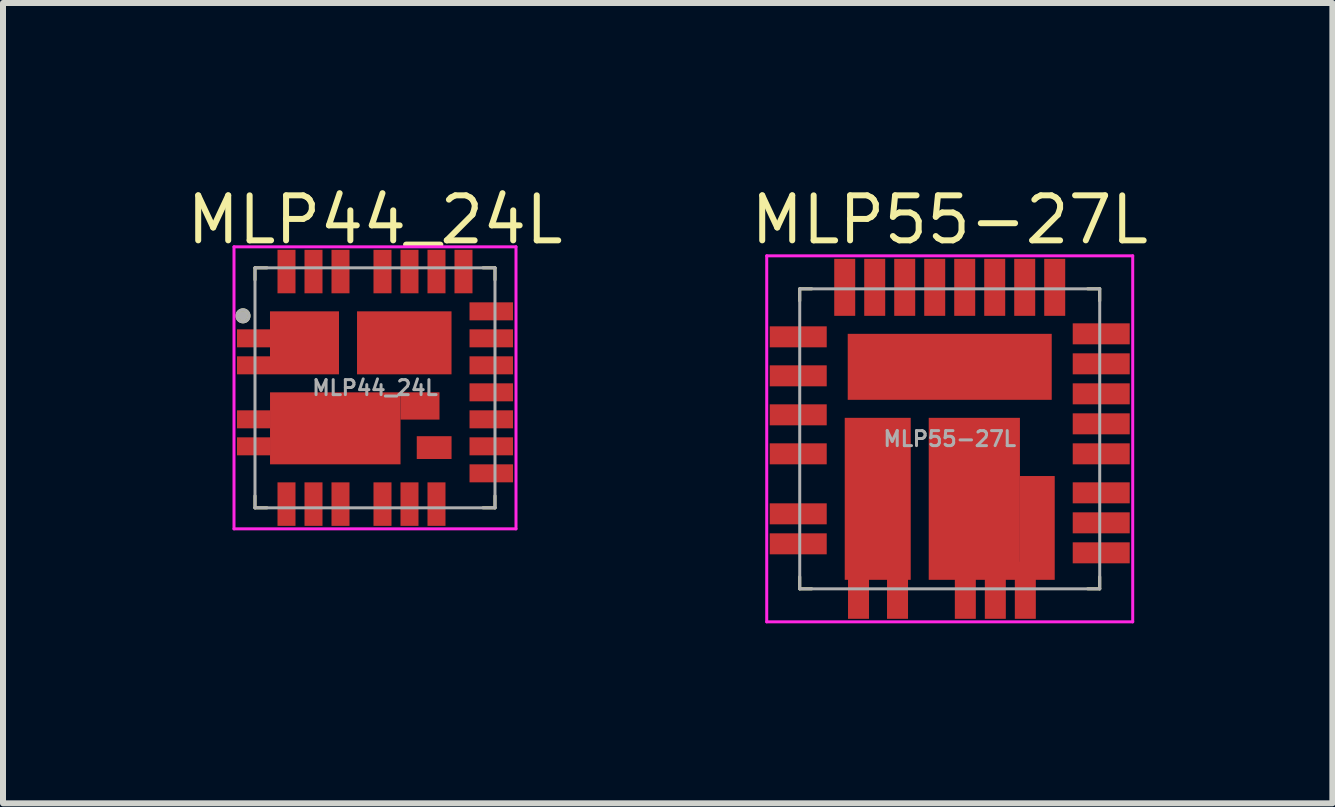
<source format=kicad_pcb>
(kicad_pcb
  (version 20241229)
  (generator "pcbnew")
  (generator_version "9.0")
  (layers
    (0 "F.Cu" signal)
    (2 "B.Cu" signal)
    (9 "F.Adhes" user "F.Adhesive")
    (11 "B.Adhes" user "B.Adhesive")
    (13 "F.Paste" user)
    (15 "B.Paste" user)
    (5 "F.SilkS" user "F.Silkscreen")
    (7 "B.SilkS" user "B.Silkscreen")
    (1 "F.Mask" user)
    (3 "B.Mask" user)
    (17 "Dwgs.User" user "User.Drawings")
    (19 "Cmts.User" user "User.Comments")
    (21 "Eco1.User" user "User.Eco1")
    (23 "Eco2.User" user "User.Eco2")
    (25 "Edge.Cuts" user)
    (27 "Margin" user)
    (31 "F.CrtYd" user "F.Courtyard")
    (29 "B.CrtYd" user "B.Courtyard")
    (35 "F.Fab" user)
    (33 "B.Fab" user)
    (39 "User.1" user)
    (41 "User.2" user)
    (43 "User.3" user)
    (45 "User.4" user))
  (footprint "MLP44_24L"
    (layer "F.Cu")
    (at 3.2 3.414)
    (property "Reference" "MLP44_24L" (at 0 -2.8 0) (unlocked yes) (layer "F.SilkS") (effects (font (size 0.75 0.75) (thickness 0.1))))
    (attr smd)
    (fp_line (start -2 -2) (end -2 -1.8) (stroke (width 0.05) (type solid)) (layer "F.SilkS"))
    (fp_line (start -2 -2) (end -1.8 -2) (stroke (width 0.05) (type solid)) (layer "F.SilkS"))
    (fp_line (start -2 2) (end -2 1.8) (stroke (width 0.05) (type solid)) (layer "F.SilkS"))
    (fp_line (start -2 2) (end -1.8 2) (stroke (width 0.05) (type solid)) (layer "F.SilkS"))
    (fp_line (start 2 -2) (end 1.8 -2) (stroke (width 0.05) (type solid)) (layer "F.SilkS"))
    (fp_line (start 2 -2) (end 2 -1.8) (stroke (width 0.05) (type solid)) (layer "F.SilkS"))
    (fp_line (start 2 2) (end 1.8 2) (stroke (width 0.05) (type solid)) (layer "F.SilkS"))
    (fp_line (start 2 2) (end 2 1.8) (stroke (width 0.05) (type solid)) (layer "F.SilkS"))
    (fp_circle (center -2.2 -1.2) (end -2.2 -1.2) (stroke (width 0.05) (type solid)) (fill no) (layer "F.SilkS"))
    (fp_circle (center -2.2 -1.2) (end -2.15 -1.2) (stroke (width 0.05) (type solid)) (fill no) (layer "F.SilkS"))
    (fp_circle (center -2.2 -1.2) (end -2.1 -1.2) (stroke (width 0.05) (type solid)) (fill no) (layer "F.SilkS"))
    (fp_line (start -2.35 -2.35) (end 2.35 -2.35) (stroke (width 0.05) (type solid)) (layer "F.CrtYd"))
    (fp_line (start -2.35 2.35) (end -2.35 -2.35) (stroke (width 0.05) (type solid)) (layer "F.CrtYd"))
    (fp_line (start 2.35 -2.35) (end 2.35 2.35) (stroke (width 0.05) (type solid)) (layer "F.CrtYd"))
    (fp_line (start 2.35 2.35) (end -2.35 2.35) (stroke (width 0.05) (type solid)) (layer "F.CrtYd"))
    (fp_line (start -2 -2) (end 2 -2) (stroke (width 0.05) (type solid)) (layer "F.Fab"))
    (fp_line (start -2 2) (end -2 -2) (stroke (width 0.05) (type solid)) (layer "F.Fab"))
    (fp_line (start -2 2) (end 2 2) (stroke (width 0.05) (type solid)) (layer "F.Fab"))
    (fp_line (start 2 -2) (end 2 2) (stroke (width 0.05) (type solid)) (layer "F.Fab"))
    (fp_circle (center -2.2 -1.2) (end -2.2 -1.2) (stroke (width 0.05) (type solid)) (fill no) (layer "F.Fab"))
    (fp_circle (center -2.2 -1.2) (end -2.15 -1.2) (stroke (width 0.05) (type solid)) (fill no) (layer "F.Fab"))
    (fp_circle (center -2.2 -1.2) (end -2.1 -1.2) (stroke (width 0.05) (type solid)) (fill no) (layer "F.Fab"))
    (fp_text user "${REFERENCE}" (at 0 0 0) (unlocked yes) (layer "F.Fab") (effects (font (size 0.25 0.25) (thickness 0.05))))
    (pad "1" smd rect (at -2.025 -0.825) (size 0.55 0.3) (layers "F.Cu" "F.Mask" "F.Paste"))
    (pad "2" smd rect (at -2.025 -0.375) (size 0.55 0.3) (layers "F.Cu" "F.Mask" "F.Paste"))
    (pad "3" smd rect (at -2.025 0.525) (size 0.55 0.3) (layers "F.Cu" "F.Mask" "F.Paste"))
    (pad "4" smd rect (at -2.025 0.975) (size 0.55 0.3) (layers "F.Cu" "F.Mask" "F.Paste"))
    (pad "5" smd rect (at -1.475 1.938) (size 0.3 0.725) (layers "F.Cu" "F.Mask" "F.Paste"))
    (pad "6" smd rect (at -1.025 1.938) (size 0.3 0.725) (layers "F.Cu" "F.Mask" "F.Paste"))
    (pad "7" smd rect (at -0.575 1.938) (size 0.3 0.725) (layers "F.Cu" "F.Mask" "F.Paste"))
    (pad "8" smd rect (at 0.125 1.938) (size 0.3 0.725) (layers "F.Cu" "F.Mask" "F.Paste"))
    (pad "9" smd rect (at 0.575 1.938) (size 0.3 0.725) (layers "F.Cu" "F.Mask" "F.Paste"))
    (pad "10" smd rect (at 1.025 1.938) (size 0.3 0.725) (layers "F.Cu" "F.Mask" "F.Paste"))
    (pad "11" smd rect (at 1.938 1.425 90) (size 0.3 0.725) (layers "F.Cu" "F.Mask" "F.Paste"))
    (pad "12" smd rect (at 1.938 0.975 90) (size 0.3 0.725) (layers "F.Cu" "F.Mask" "F.Paste"))
    (pad "13" smd rect (at 1.938 0.525 90) (size 0.3 0.725) (layers "F.Cu" "F.Mask" "F.Paste"))
    (pad "14" smd rect (at 1.938 0.075 90) (size 0.3 0.725) (layers "F.Cu" "F.Mask" "F.Paste"))
    (pad "15" smd rect (at 1.938 -0.375 90) (size 0.3 0.725) (layers "F.Cu" "F.Mask" "F.Paste"))
    (pad "16" smd rect (at 1.938 -0.825 90) (size 0.3 0.725) (layers "F.Cu" "F.Mask" "F.Paste"))
    (pad "17" smd rect (at 1.938 -1.275 90) (size 0.3 0.725) (layers "F.Cu" "F.Mask" "F.Paste"))
    (pad "18" smd rect (at 1.475 -1.938) (size 0.3 0.725) (layers "F.Cu" "F.Mask" "F.Paste"))
    (pad "19" smd rect (at 1.025 -1.938) (size 0.3 0.725) (layers "F.Cu" "F.Mask" "F.Paste"))
    (pad "20" smd rect (at 0.575 -1.938) (size 0.3 0.725) (layers "F.Cu" "F.Mask" "F.Paste"))
    (pad "21" smd rect (at 0.125 -1.938) (size 0.3 0.725) (layers "F.Cu" "F.Mask" "F.Paste"))
    (pad "22" smd rect (at -0.575 -1.938) (size 0.3 0.725) (layers "F.Cu" "F.Mask" "F.Paste"))
    (pad "23" smd rect (at -1.025 -1.938) (size 0.3 0.725) (layers "F.Cu" "F.Mask" "F.Paste"))
    (pad "24" smd rect (at -1.475 -1.938) (size 0.3 0.725) (layers "F.Cu" "F.Mask" "F.Paste"))
    (pad "25" smd rect (at 0.488 -0.75) (size 1.575 1.05) (layers "F.Cu" "F.Mask" "F.Paste"))
    (pad "26" smd rect (at -1.175 -0.75) (size 1.15 1.05) (layers "F.Cu" "F.Mask" "F.Paste"))
    (pad "27" smd rect (at -0.662 0.675) (size 2.175 1.2) (layers "F.Cu" "F.Mask" "F.Paste"))
    (pad "27" smd rect (at 0.75 0.302) (size 0.65 0.455) (layers "F.Cu" "F.Mask" "F.Paste"))
    (pad "28" smd rect (at 0.986 0.996) (size 0.58 0.38) (layers "F.Cu" "F.Mask" "F.Paste")))
  (footprint "MLP55-27L"
    (layer "F.Cu")
    (at 12.779 4.264)
    (property "Reference" "MLP55-27L" (at 0 -3.65 0) (unlocked yes) (layer "F.SilkS") (effects (font (size 0.75 0.75) (thickness 0.1))))
    (attr smd)
    (fp_line (start -2.5 -2.5) (end -2.5 -2.3) (stroke (width 0.05) (type solid)) (layer "F.SilkS"))
    (fp_line (start -2.5 -2.5) (end -2.3 -2.5) (stroke (width 0.05) (type solid)) (layer "F.SilkS"))
    (fp_line (start -2.5 2.5) (end -2.5 2.3) (stroke (width 0.05) (type solid)) (layer "F.SilkS"))
    (fp_line (start -2.5 2.5) (end -2.3 2.5) (stroke (width 0.05) (type solid)) (layer "F.SilkS"))
    (fp_line (start 2.5 -2.5) (end 2.3 -2.5) (stroke (width 0.05) (type solid)) (layer "F.SilkS"))
    (fp_line (start 2.5 -2.5) (end 2.5 -2.3) (stroke (width 0.05) (type solid)) (layer "F.SilkS"))
    (fp_line (start 2.5 2.5) (end 2.3 2.5) (stroke (width 0.05) (type solid)) (layer "F.SilkS"))
    (fp_line (start 2.5 2.5) (end 2.5 2.3) (stroke (width 0.05) (type solid)) (layer "F.SilkS"))
    (fp_line (start -3.05 -3.05) (end 3.05 -3.05) (stroke (width 0.05) (type solid)) (layer "F.CrtYd"))
    (fp_line (start -3.05 3.05) (end -3.05 -3.05) (stroke (width 0.05) (type solid)) (layer "F.CrtYd"))
    (fp_line (start 3.05 -3.05) (end 3.05 3.05) (stroke (width 0.05) (type solid)) (layer "F.CrtYd"))
    (fp_line (start 3.05 3.05) (end -3.05 3.05) (stroke (width 0.05) (type solid)) (layer "F.CrtYd"))
    (fp_line (start -2.5 -2.5) (end 2.5 -2.5) (stroke (width 0.05) (type solid)) (layer "F.Fab"))
    (fp_line (start -2.5 2.5) (end -2.5 -2.5) (stroke (width 0.05) (type solid)) (layer "F.Fab"))
    (fp_line (start -2.5 2.5) (end 2.5 2.5) (stroke (width 0.05) (type solid)) (layer "F.Fab"))
    (fp_line (start 2.5 -2.5) (end 2.5 2.5) (stroke (width 0.05) (type solid)) (layer "F.Fab"))
    (fp_text user "${REFERENCE}" (at 0 0 0) (unlocked yes) (layer "F.Fab") (effects (font (size 0.25 0.25) (thickness 0.05))))
    (pad "1" smd rect (at -2.525 -1.7) (size 0.95 0.35) (layers "F.Cu" "F.Mask" "F.Paste"))
    (pad "2" smd rect (at -2.525 -1.05) (size 0.95 0.35) (layers "F.Cu" "F.Mask" "F.Paste"))
    (pad "3" smd rect (at -2.525 -0.4) (size 0.95 0.35) (layers "F.Cu" "F.Mask" "F.Paste"))
    (pad "4" smd rect (at -2.525 0.25) (size 0.95 0.35) (layers "F.Cu" "F.Mask" "F.Paste"))
    (pad "5" smd rect (at -2.525 1.25) (size 0.95 0.35) (layers "F.Cu" "F.Mask" "F.Paste"))
    (pad "6" smd rect (at -2.525 1.75) (size 0.95 0.35) (layers "F.Cu" "F.Mask" "F.Paste"))
    (pad "7" smd rect (at -1.52 2.525) (size 0.35 0.95) (layers "F.Cu" "F.Mask" "F.Paste"))
    (pad "8" smd rect (at -0.87 2.525) (size 0.35 0.95) (layers "F.Cu" "F.Mask" "F.Paste"))
    (pad "9" smd rect (at 0.26 2.525) (size 0.35 0.95) (layers "F.Cu" "F.Mask" "F.Paste"))
    (pad "10" smd rect (at 0.76 2.525) (size 0.35 0.95) (layers "F.Cu" "F.Mask" "F.Paste"))
    (pad "11" smd rect (at 1.26 2.525) (size 0.35 0.95) (layers "F.Cu" "F.Mask" "F.Paste"))
    (pad "12" smd rect (at 2.525 1.9) (size 0.95 0.35) (layers "F.Cu" "F.Mask" "F.Paste"))
    (pad "13" smd rect (at 2.525 1.4) (size 0.95 0.35) (layers "F.Cu" "F.Mask" "F.Paste"))
    (pad "14" smd rect (at 2.525 0.9) (size 0.95 0.35) (layers "F.Cu" "F.Mask" "F.Paste"))
    (pad "15" smd rect (at 2.525 0.25) (size 0.95 0.35) (layers "F.Cu" "F.Mask" "F.Paste"))
    (pad "16" smd rect (at 2.525 -0.25) (size 0.95 0.35) (layers "F.Cu" "F.Mask" "F.Paste"))
    (pad "17" smd rect (at 2.525 -0.75) (size 0.95 0.35) (layers "F.Cu" "F.Mask" "F.Paste"))
    (pad "18" smd rect (at 2.525 -1.25) (size 0.95 0.35) (layers "F.Cu" "F.Mask" "F.Paste"))
    (pad "19" smd rect (at 2.525 -1.75) (size 0.95 0.35) (layers "F.Cu" "F.Mask" "F.Paste"))
    (pad "20" smd rect (at 1.75 -2.525) (size 0.35 0.95) (layers "F.Cu" "F.Mask" "F.Paste"))
    (pad "21" smd rect (at 1.25 -2.525) (size 0.35 0.95) (layers "F.Cu" "F.Mask" "F.Paste"))
    (pad "22" smd rect (at 0.75 -2.525) (size 0.35 0.95) (layers "F.Cu" "F.Mask" "F.Paste"))
    (pad "23" smd rect (at 0.25 -2.525) (size 0.35 0.95) (layers "F.Cu" "F.Mask" "F.Paste"))
    (pad "24" smd rect (at -0.25 -2.525) (size 0.35 0.95) (layers "F.Cu" "F.Mask" "F.Paste"))
    (pad "25" smd rect (at -0.75 -2.525) (size 0.35 0.95) (layers "F.Cu" "F.Mask" "F.Paste"))
    (pad "26" smd rect (at -1.25 -2.525) (size 0.35 0.95) (layers "F.Cu" "F.Mask" "F.Paste"))
    (pad "27" smd rect (at -1.75 -2.525) (size 0.35 0.95) (layers "F.Cu" "F.Mask" "F.Paste"))
    (pad "28" smd rect (at 0 -1.2) (size 3.4 1.1) (layers "F.Cu" "F.Mask" "F.Paste"))
    (pad "29" smd rect (at -1.2 1) (size 1.1 2.7) (layers "F.Cu" "F.Mask" "F.Paste"))
    (pad "30" smd rect (at 0.41 1) (size 1.52 2.7) (layers "F.Cu" "F.Mask" "F.Paste"))
    (pad "31" smd rect (at 1.46 1.485) (size 0.58 1.73) (layers "F.Cu" "F.Mask" "F.Paste")))
  (gr_rect
    (start -3 -3)
    (end 19.157 10.339)
    (stroke (width 0.1) (type default))
    (fill no)
    (layer "Edge.Cuts")))
</source>
